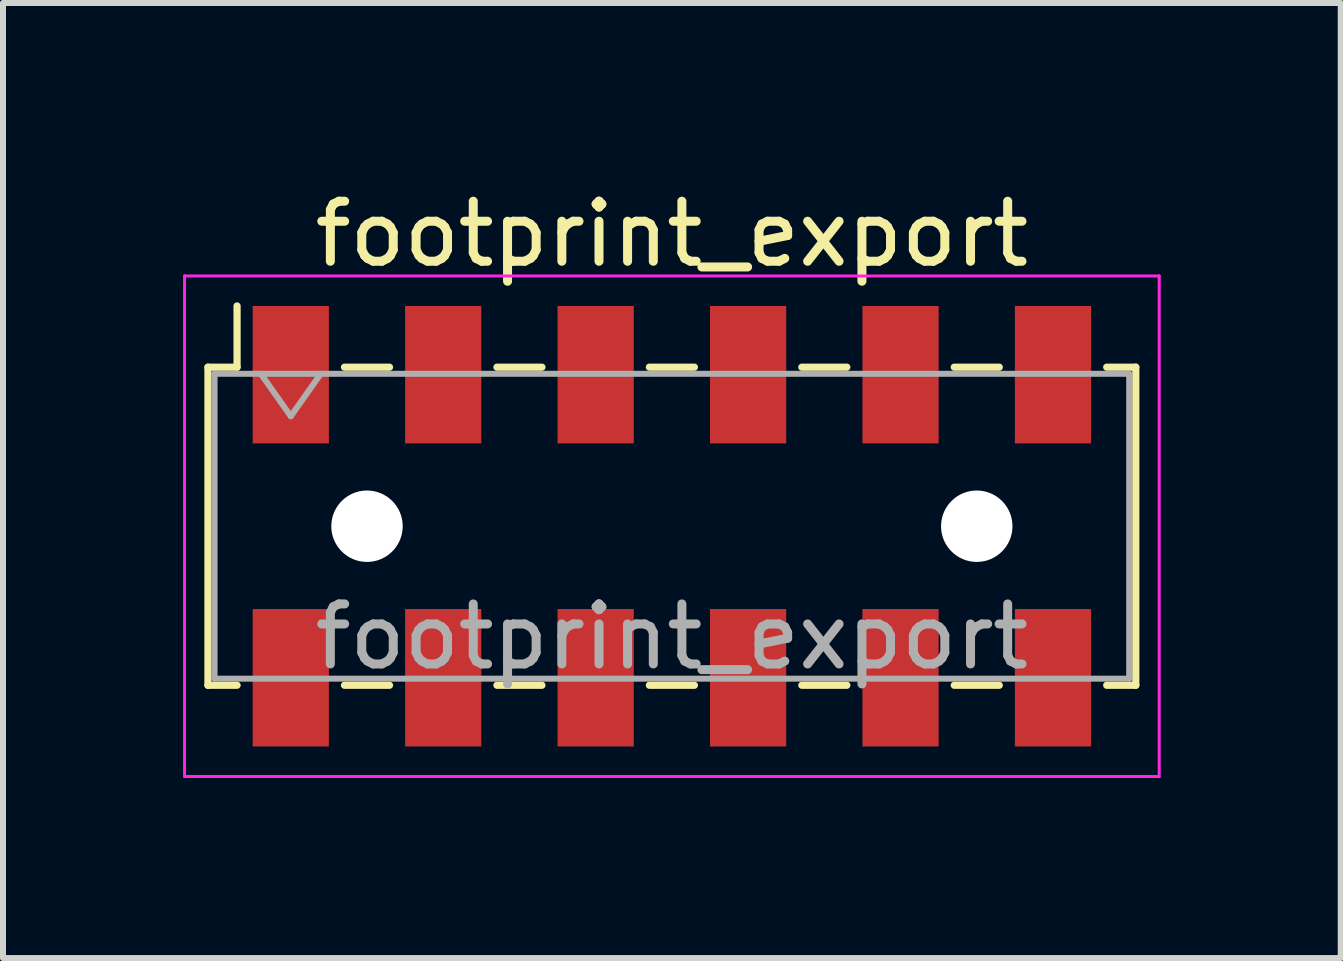
<source format=kicad_pcb>
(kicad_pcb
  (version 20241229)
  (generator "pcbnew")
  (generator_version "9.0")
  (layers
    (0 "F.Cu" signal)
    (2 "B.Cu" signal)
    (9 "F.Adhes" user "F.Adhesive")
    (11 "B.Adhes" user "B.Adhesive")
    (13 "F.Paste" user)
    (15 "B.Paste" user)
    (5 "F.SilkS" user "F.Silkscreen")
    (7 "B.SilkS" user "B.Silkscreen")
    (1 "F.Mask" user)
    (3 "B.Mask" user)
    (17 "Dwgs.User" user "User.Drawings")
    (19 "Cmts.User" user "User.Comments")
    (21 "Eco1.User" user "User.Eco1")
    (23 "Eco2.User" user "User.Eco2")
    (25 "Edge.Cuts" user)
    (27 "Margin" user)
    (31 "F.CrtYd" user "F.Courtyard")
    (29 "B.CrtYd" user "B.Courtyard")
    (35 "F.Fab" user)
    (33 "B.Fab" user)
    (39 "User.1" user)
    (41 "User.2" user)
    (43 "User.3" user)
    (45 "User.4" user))
  (footprint "footprint_export"
    (layer "F.Cu")
    (at 8.145 5.718)
    (property "Reference" "footprint_export" (at 0 -4.87 0) (layer "F.SilkS") (effects (font (size 1 1) (thickness 0.15))))
    (attr smd)
    (fp_line (start -7.73 -2.65) (end -7.73 2.65) (stroke (width 0.12) (type solid)) (layer "F.SilkS"))
    (fp_line (start -7.73 2.65) (end -7.245 2.65) (stroke (width 0.12) (type solid)) (layer "F.SilkS"))
    (fp_line (start -7.245 -3.67) (end -7.245 -2.65) (stroke (width 0.12) (type solid)) (layer "F.SilkS"))
    (fp_line (start -7.245 -2.65) (end -7.73 -2.65) (stroke (width 0.12) (type solid)) (layer "F.SilkS"))
    (fp_line (start -5.455 -2.65) (end -4.705 -2.65) (stroke (width 0.12) (type solid)) (layer "F.SilkS"))
    (fp_line (start -5.455 2.65) (end -4.705 2.65) (stroke (width 0.12) (type solid)) (layer "F.SilkS"))
    (fp_line (start -2.915 -2.65) (end -2.165 -2.65) (stroke (width 0.12) (type solid)) (layer "F.SilkS"))
    (fp_line (start -2.915 2.65) (end -2.165 2.65) (stroke (width 0.12) (type solid)) (layer "F.SilkS"))
    (fp_line (start -0.375 -2.65) (end 0.375 -2.65) (stroke (width 0.12) (type solid)) (layer "F.SilkS"))
    (fp_line (start -0.375 2.65) (end 0.375 2.65) (stroke (width 0.12) (type solid)) (layer "F.SilkS"))
    (fp_line (start 2.165 -2.65) (end 2.915 -2.65) (stroke (width 0.12) (type solid)) (layer "F.SilkS"))
    (fp_line (start 2.165 2.65) (end 2.915 2.65) (stroke (width 0.12) (type solid)) (layer "F.SilkS"))
    (fp_line (start 4.705 -2.65) (end 5.455 -2.65) (stroke (width 0.12) (type solid)) (layer "F.SilkS"))
    (fp_line (start 4.705 2.65) (end 5.455 2.65) (stroke (width 0.12) (type solid)) (layer "F.SilkS"))
    (fp_line (start 7.245 -2.65) (end 7.73 -2.65) (stroke (width 0.12) (type solid)) (layer "F.SilkS"))
    (fp_line (start 7.73 -2.65) (end 7.73 2.65) (stroke (width 0.12) (type solid)) (layer "F.SilkS"))
    (fp_line (start 7.73 2.65) (end 7.245 2.65) (stroke (width 0.12) (type solid)) (layer "F.SilkS"))
    (fp_line (start -8.12 -4.17) (end 8.12 -4.17) (stroke (width 0.05) (type solid)) (layer "F.CrtYd"))
    (fp_line (start -8.12 4.17) (end -8.12 -4.17) (stroke (width 0.05) (type solid)) (layer "F.CrtYd"))
    (fp_line (start 8.12 -4.17) (end 8.12 4.17) (stroke (width 0.05) (type solid)) (layer "F.CrtYd"))
    (fp_line (start 8.12 4.17) (end -8.12 4.17) (stroke (width 0.05) (type solid)) (layer "F.CrtYd"))
    (fp_line (start -7.62 -2.54) (end 7.62 -2.54) (stroke (width 0.1) (type solid)) (layer "F.Fab"))
    (fp_line (start -7.62 2.54) (end -7.62 -2.54) (stroke (width 0.1) (type solid)) (layer "F.Fab"))
    (fp_line (start -6.85 -2.54) (end -6.35 -1.833) (stroke (width 0.1) (type solid)) (layer "F.Fab"))
    (fp_line (start -6.35 -1.833) (end -5.85 -2.54) (stroke (width 0.1) (type solid)) (layer "F.Fab"))
    (fp_line (start 7.62 -2.54) (end 7.62 2.54) (stroke (width 0.1) (type solid)) (layer "F.Fab"))
    (fp_line (start 7.62 2.54) (end -7.62 2.54) (stroke (width 0.1) (type solid)) (layer "F.Fab"))
    (fp_text user "${REFERENCE}" (at 0 1.84 0) (layer "F.Fab") (effects (font (size 1 1) (thickness 0.15))))
    (pad "" np_thru_hole circle (at -5.08 0) (size 1.19 1.19) (drill 1.19) (layers "*.Cu" "*.Mask"))
    (pad "" np_thru_hole circle (at 5.08 0) (size 1.19 1.19) (drill 1.19) (layers "*.Cu" "*.Mask"))
    (pad "1" smd rect (at -6.35 -2.525) (size 1.27 2.29) (layers "F.Cu" "F.Mask" "F.Paste"))
    (pad "2" smd rect (at -6.35 2.525) (size 1.27 2.29) (layers "F.Cu" "F.Mask" "F.Paste"))
    (pad "3" smd rect (at -3.81 -2.525) (size 1.27 2.29) (layers "F.Cu" "F.Mask" "F.Paste"))
    (pad "4" smd rect (at -3.81 2.525) (size 1.27 2.29) (layers "F.Cu" "F.Mask" "F.Paste"))
    (pad "5" smd rect (at -1.27 -2.525) (size 1.27 2.29) (layers "F.Cu" "F.Mask" "F.Paste"))
    (pad "6" smd rect (at -1.27 2.525) (size 1.27 2.29) (layers "F.Cu" "F.Mask" "F.Paste"))
    (pad "7" smd rect (at 1.27 -2.525) (size 1.27 2.29) (layers "F.Cu" "F.Mask" "F.Paste"))
    (pad "8" smd rect (at 1.27 2.525) (size 1.27 2.29) (layers "F.Cu" "F.Mask" "F.Paste"))
    (pad "9" smd rect (at 3.81 -2.525) (size 1.27 2.29) (layers "F.Cu" "F.Mask" "F.Paste"))
    (pad "10" smd rect (at 3.81 2.525) (size 1.27 2.29) (layers "F.Cu" "F.Mask" "F.Paste"))
    (pad "11" smd rect (at 6.35 -2.525) (size 1.27 2.29) (layers "F.Cu" "F.Mask" "F.Paste"))
    (pad "12" smd rect (at 6.35 2.525) (size 1.27 2.29) (layers "F.Cu" "F.Mask" "F.Paste")))
  (gr_rect
    (start -3 -3)
    (end 19.29 12.913)
    (stroke (width 0.1) (type default))
    (fill no)
    (layer "Edge.Cuts")))
</source>
